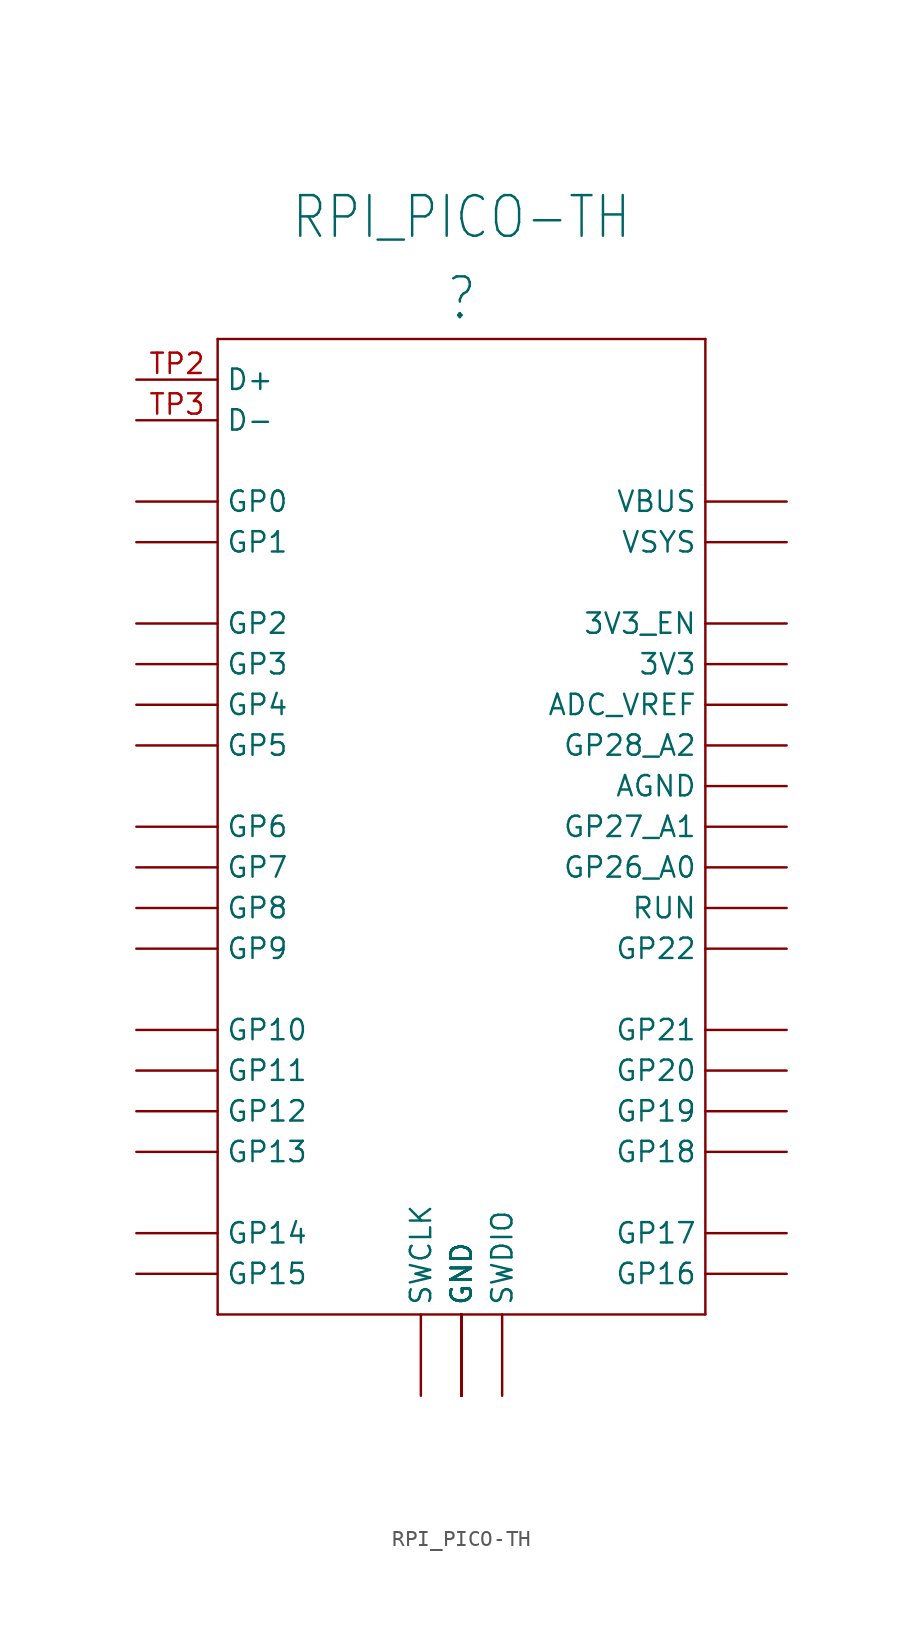
<source format=kicad_sym>
(kicad_symbol_lib
  (version 20211014)
  (generator kicad_symbol_editor)
  (symbol "RPI_PICO-TH"
    (property "Reference" ""
      (at 0 38.1 0)
      (effects (font (size 2.54 2.159))))
    (property "Value" "RPI_PICO-TH"
      (at 0 43.18 0)
      (effects (font (size 2.54 2.159))))
    (property "ki_locked" ""
      (at 0 0 0)
      (effects (font (size 1.27 1.27))))
    (symbol "RPI_PICO-TH_1_0"
      (polyline (pts (xy -15.24 -25.4) (xy 15.24 -25.4)) (stroke (width 0.152) (type default) (color 0 0 0 0)) (fill (type none)))
      (polyline (pts (xy -15.24 35.56) (xy -15.24 -25.4)) (stroke (width 0.152) (type default) (color 0 0 0 0)) (fill (type none)))
      (polyline (pts (xy 15.24 -25.4) (xy 15.24 35.56)) (stroke (width 0.152) (type default) (color 0 0 0 0)) (fill (type none)))
      (polyline (pts (xy 15.24 35.56) (xy -15.24 35.56)) (stroke (width 0.152) (type default) (color 0 0 0 0)) (fill (type none)))
      (pin bidirectional line (at 20.32 15.24 180) (length 5.08) (name "3V3" (effects (font (size 1.27 1.27)))) (number "3V3" (effects (font (size 0 0)))))
      (pin bidirectional line (at 20.32 17.78 180) (length 5.08) (name "3V3_EN" (effects (font (size 1.27 1.27)))) (number "3V3_EN" (effects (font (size 0 0)))))
      (pin bidirectional line (at 20.32 12.7 180) (length 5.08) (name "ADC_VREF" (effects (font (size 1.27 1.27)))) (number "ADC_VREF" (effects (font (size 0 0)))))
      (pin bidirectional line (at 20.32 7.62 180) (length 5.08) (name "AGND" (effects (font (size 1.27 1.27)))) (number "AGND" (effects (font (size 0 0)))))
      (pin bidirectional line (at 0 -30.48 90) (length 5.08) (name "GND" (effects (font (size 1.27 1.27)))) (number "GND@1" (effects (font (size 0 0)))))
      (pin bidirectional line (at 0 -30.48 90) (length 5.08) (name "GND" (effects (font (size 1.27 1.27)))) (number "GND@2" (effects (font (size 0 0)))))
      (pin bidirectional line (at 0 -30.48 90) (length 5.08) (name "GND" (effects (font (size 1.27 1.27)))) (number "GND@3" (effects (font (size 0 0)))))
      (pin bidirectional line (at 0 -30.48 90) (length 5.08) (name "GND" (effects (font (size 1.27 1.27)))) (number "GND@4" (effects (font (size 0 0)))))
      (pin bidirectional line (at 0 -30.48 90) (length 5.08) (name "GND" (effects (font (size 1.27 1.27)))) (number "GND@5" (effects (font (size 0 0)))))
      (pin bidirectional line (at 0 -30.48 90) (length 5.08) (name "GND" (effects (font (size 1.27 1.27)))) (number "GND@6" (effects (font (size 0 0)))))
      (pin bidirectional line (at 0 -30.48 90) (length 5.08) (name "GND" (effects (font (size 1.27 1.27)))) (number "GND@7" (effects (font (size 0 0)))))
      (pin bidirectional line (at 0 -30.48 90) (length 5.08) (name "GND" (effects (font (size 1.27 1.27)))) (number "GND@8" (effects (font (size 0 0)))))
      (pin bidirectional line (at -20.32 25.4 0) (length 5.08) (name "GP0" (effects (font (size 1.27 1.27)))) (number "GP0" (effects (font (size 0 0)))))
      (pin bidirectional line (at -20.32 22.86 0) (length 5.08) (name "GP1" (effects (font (size 1.27 1.27)))) (number "GP1" (effects (font (size 0 0)))))
      (pin bidirectional line (at -20.32 -7.62 0) (length 5.08) (name "GP10" (effects (font (size 1.27 1.27)))) (number "GP10" (effects (font (size 0 0)))))
      (pin bidirectional line (at -20.32 -10.16 0) (length 5.08) (name "GP11" (effects (font (size 1.27 1.27)))) (number "GP11" (effects (font (size 0 0)))))
      (pin bidirectional line (at -20.32 -12.7 0) (length 5.08) (name "GP12" (effects (font (size 1.27 1.27)))) (number "GP12" (effects (font (size 0 0)))))
      (pin bidirectional line (at -20.32 -15.24 0) (length 5.08) (name "GP13" (effects (font (size 1.27 1.27)))) (number "GP13" (effects (font (size 0 0)))))
      (pin bidirectional line (at -20.32 -20.32 0) (length 5.08) (name "GP14" (effects (font (size 1.27 1.27)))) (number "GP14" (effects (font (size 0 0)))))
      (pin bidirectional line (at -20.32 -22.86 0) (length 5.08) (name "GP15" (effects (font (size 1.27 1.27)))) (number "GP15" (effects (font (size 0 0)))))
      (pin bidirectional line (at 20.32 -22.86 180) (length 5.08) (name "GP16" (effects (font (size 1.27 1.27)))) (number "GP16" (effects (font (size 0 0)))))
      (pin bidirectional line (at 20.32 -20.32 180) (length 5.08) (name "GP17" (effects (font (size 1.27 1.27)))) (number "GP17" (effects (font (size 0 0)))))
      (pin bidirectional line (at 20.32 -15.24 180) (length 5.08) (name "GP18" (effects (font (size 1.27 1.27)))) (number "GP18" (effects (font (size 0 0)))))
      (pin bidirectional line (at 20.32 -12.7 180) (length 5.08) (name "GP19" (effects (font (size 1.27 1.27)))) (number "GP19" (effects (font (size 0 0)))))
      (pin bidirectional line (at -20.32 17.78 0) (length 5.08) (name "GP2" (effects (font (size 1.27 1.27)))) (number "GP2" (effects (font (size 0 0)))))
      (pin bidirectional line (at 20.32 -10.16 180) (length 5.08) (name "GP20" (effects (font (size 1.27 1.27)))) (number "GP20" (effects (font (size 0 0)))))
      (pin bidirectional line (at 20.32 -7.62 180) (length 5.08) (name "GP21" (effects (font (size 1.27 1.27)))) (number "GP21" (effects (font (size 0 0)))))
      (pin bidirectional line (at 20.32 -2.54 180) (length 5.08) (name "GP22" (effects (font (size 1.27 1.27)))) (number "GP22" (effects (font (size 0 0)))))
      (pin bidirectional line (at 20.32 2.54 180) (length 5.08) (name "GP26_A0" (effects (font (size 1.27 1.27)))) (number "GP26_A0" (effects (font (size 0 0)))))
      (pin bidirectional line (at 20.32 5.08 180) (length 5.08) (name "GP27_A1" (effects (font (size 1.27 1.27)))) (number "GP27_A1" (effects (font (size 0 0)))))
      (pin bidirectional line (at 20.32 10.16 180) (length 5.08) (name "GP28_A2" (effects (font (size 1.27 1.27)))) (number "GP28_A2" (effects (font (size 0 0)))))
      (pin bidirectional line (at -20.32 15.24 0) (length 5.08) (name "GP3" (effects (font (size 1.27 1.27)))) (number "GP3" (effects (font (size 0 0)))))
      (pin bidirectional line (at -20.32 12.7 0) (length 5.08) (name "GP4" (effects (font (size 1.27 1.27)))) (number "GP4" (effects (font (size 0 0)))))
      (pin bidirectional line (at -20.32 10.16 0) (length 5.08) (name "GP5" (effects (font (size 1.27 1.27)))) (number "GP5" (effects (font (size 0 0)))))
      (pin bidirectional line (at -20.32 5.08 0) (length 5.08) (name "GP6" (effects (font (size 1.27 1.27)))) (number "GP6" (effects (font (size 0 0)))))
      (pin bidirectional line (at -20.32 2.54 0) (length 5.08) (name "GP7" (effects (font (size 1.27 1.27)))) (number "GP7" (effects (font (size 0 0)))))
      (pin bidirectional line (at -20.32 0 0) (length 5.08) (name "GP8" (effects (font (size 1.27 1.27)))) (number "GP8" (effects (font (size 0 0)))))
      (pin bidirectional line (at -20.32 -2.54 0) (length 5.08) (name "GP9" (effects (font (size 1.27 1.27)))) (number "GP9" (effects (font (size 0 0)))))
      (pin bidirectional line (at 20.32 0 180) (length 5.08) (name "RUN" (effects (font (size 1.27 1.27)))) (number "RUN" (effects (font (size 0 0)))))
      (pin bidirectional line (at -2.54 -30.48 90) (length 5.08) (name "SWCLK" (effects (font (size 1.27 1.27)))) (number "SWCLK" (effects (font (size 0 0)))))
      (pin bidirectional line (at 2.54 -30.48 90) (length 5.08) (name "SWDIO" (effects (font (size 1.27 1.27)))) (number "SWDIO" (effects (font (size 0 0)))))
      (pin bidirectional line (at -20.32 33.02 0) (length 5.08) (name "D+" (effects (font (size 1.27 1.27)))) (number "TP2" (effects (font (size 1.27 1.27)))))
      (pin bidirectional line (at -20.32 30.48 0) (length 5.08) (name "D-" (effects (font (size 1.27 1.27)))) (number "TP3" (effects (font (size 1.27 1.27)))))
      (pin bidirectional line (at 20.32 25.4 180) (length 5.08) (name "VBUS" (effects (font (size 1.27 1.27)))) (number "VBUS" (effects (font (size 0 0)))))
      (pin bidirectional line (at 20.32 22.86 180) (length 5.08) (name "VSYS" (effects (font (size 1.27 1.27)))) (number "VSYS" (effects (font (size 0 0))))))))
</source>
